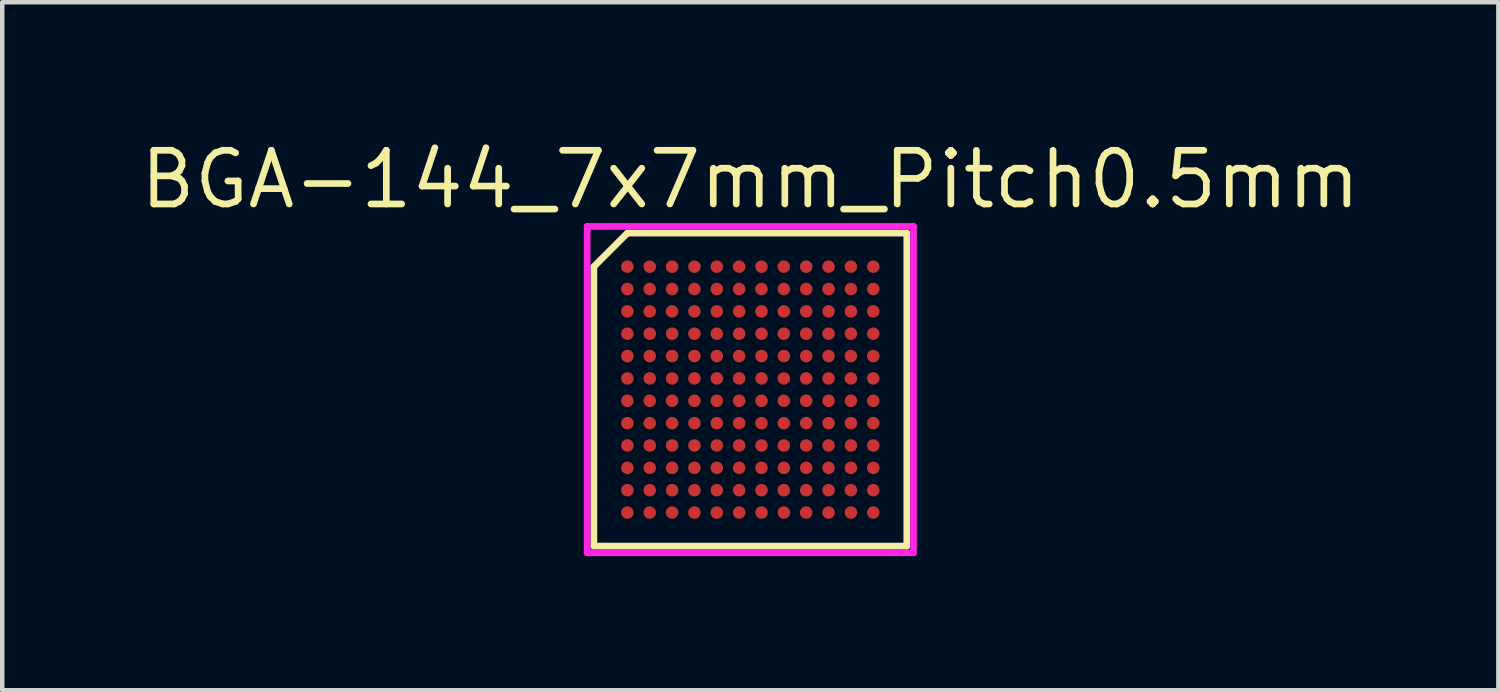
<source format=kicad_pcb>
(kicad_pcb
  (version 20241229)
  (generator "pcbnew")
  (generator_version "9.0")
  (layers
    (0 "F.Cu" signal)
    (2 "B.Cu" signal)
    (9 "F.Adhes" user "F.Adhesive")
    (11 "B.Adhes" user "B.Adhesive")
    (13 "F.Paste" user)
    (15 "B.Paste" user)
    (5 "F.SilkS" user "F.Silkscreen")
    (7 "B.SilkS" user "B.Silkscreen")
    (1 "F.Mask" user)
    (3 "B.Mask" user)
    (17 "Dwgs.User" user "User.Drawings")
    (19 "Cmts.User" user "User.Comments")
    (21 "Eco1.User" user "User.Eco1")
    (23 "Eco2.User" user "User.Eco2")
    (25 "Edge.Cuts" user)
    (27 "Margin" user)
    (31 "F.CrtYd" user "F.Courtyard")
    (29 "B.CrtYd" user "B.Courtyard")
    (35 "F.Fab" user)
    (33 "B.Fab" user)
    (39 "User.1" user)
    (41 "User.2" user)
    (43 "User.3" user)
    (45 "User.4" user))
  (footprint "BGA-144_7x7mm_Pitch0.5mm"
    (layer "F.Cu")
    (at 13.734 5.665)
    (property "Reference" "BGA-144_7x7mm_Pitch0.5mm" (at 0 -4.7 0) (layer "F.SilkS") (effects (font (size 1.2 1.2) (thickness 0.15))))
    (attr through_hole)
    (fp_line (start -3.5 -2.75) (end -3.5 3.5) (stroke (width 0.15) (type solid)) (layer "F.SilkS"))
    (fp_line (start -3.5 3.5) (end 3.5 3.5) (stroke (width 0.15) (type solid)) (layer "F.SilkS"))
    (fp_line (start -2.75 -3.5) (end -3.5 -2.75) (stroke (width 0.15) (type solid)) (layer "F.SilkS"))
    (fp_line (start 3.5 -3.5) (end -2.75 -3.5) (stroke (width 0.15) (type solid)) (layer "F.SilkS"))
    (fp_line (start 3.5 3.5) (end 3.5 -3.5) (stroke (width 0.15) (type solid)) (layer "F.SilkS"))
    (fp_line (start -3.65 -3.65) (end 3.65 -3.65) (stroke (width 0.15) (type solid)) (layer "F.CrtYd"))
    (fp_line (start -3.65 3.65) (end -3.65 -3.65) (stroke (width 0.15) (type solid)) (layer "F.CrtYd"))
    (fp_line (start 3.65 -3.65) (end 3.65 3.65) (stroke (width 0.15) (type solid)) (layer "F.CrtYd"))
    (fp_line (start 3.65 3.65) (end -3.65 3.65) (stroke (width 0.15) (type solid)) (layer "F.CrtYd"))
    (pad "A1" smd circle (at -2.75 -2.75) (size 0.28 0.28) (layers "F.Cu" "F.Mask" "F.Paste"))
    (pad "A2" smd circle (at -2.25 -2.75) (size 0.28 0.28) (layers "F.Cu" "F.Mask" "F.Paste"))
    (pad "A3" smd circle (at -1.75 -2.75) (size 0.28 0.28) (layers "F.Cu" "F.Mask" "F.Paste"))
    (pad "A4" smd circle (at -1.25 -2.75) (size 0.28 0.28) (layers "F.Cu" "F.Mask" "F.Paste"))
    (pad "A5" smd circle (at -0.75 -2.75) (size 0.28 0.28) (layers "F.Cu" "F.Mask" "F.Paste"))
    (pad "A6" smd circle (at -0.25 -2.75) (size 0.28 0.28) (layers "F.Cu" "F.Mask" "F.Paste"))
    (pad "A7" smd circle (at 0.25 -2.75) (size 0.28 0.28) (layers "F.Cu" "F.Mask" "F.Paste"))
    (pad "A8" smd circle (at 0.75 -2.75) (size 0.28 0.28) (layers "F.Cu" "F.Mask" "F.Paste"))
    (pad "A9" smd circle (at 1.25 -2.75) (size 0.28 0.28) (layers "F.Cu" "F.Mask" "F.Paste"))
    (pad "A10" smd circle (at 1.75 -2.75) (size 0.28 0.28) (layers "F.Cu" "F.Mask" "F.Paste"))
    (pad "A11" smd circle (at 2.25 -2.75) (size 0.28 0.28) (layers "F.Cu" "F.Mask" "F.Paste"))
    (pad "A12" smd circle (at 2.75 -2.75) (size 0.28 0.28) (layers "F.Cu" "F.Mask" "F.Paste"))
    (pad "B1" smd circle (at -2.75 -2.25) (size 0.28 0.28) (layers "F.Cu" "F.Mask" "F.Paste"))
    (pad "B2" smd circle (at -2.25 -2.25) (size 0.28 0.28) (layers "F.Cu" "F.Mask" "F.Paste"))
    (pad "B3" smd circle (at -1.75 -2.25) (size 0.28 0.28) (layers "F.Cu" "F.Mask" "F.Paste"))
    (pad "B4" smd circle (at -1.25 -2.25) (size 0.28 0.28) (layers "F.Cu" "F.Mask" "F.Paste"))
    (pad "B5" smd circle (at -0.75 -2.25) (size 0.28 0.28) (layers "F.Cu" "F.Mask" "F.Paste"))
    (pad "B6" smd circle (at -0.25 -2.25) (size 0.28 0.28) (layers "F.Cu" "F.Mask" "F.Paste"))
    (pad "B7" smd circle (at 0.25 -2.25) (size 0.28 0.28) (layers "F.Cu" "F.Mask" "F.Paste"))
    (pad "B8" smd circle (at 0.75 -2.25) (size 0.28 0.28) (layers "F.Cu" "F.Mask" "F.Paste"))
    (pad "B9" smd circle (at 1.25 -2.25) (size 0.28 0.28) (layers "F.Cu" "F.Mask" "F.Paste"))
    (pad "B10" smd circle (at 1.75 -2.25) (size 0.28 0.28) (layers "F.Cu" "F.Mask" "F.Paste"))
    (pad "B11" smd circle (at 2.25 -2.25) (size 0.28 0.28) (layers "F.Cu" "F.Mask" "F.Paste"))
    (pad "B12" smd circle (at 2.75 -2.25) (size 0.28 0.28) (layers "F.Cu" "F.Mask" "F.Paste"))
    (pad "C1" smd circle (at -2.75 -1.75) (size 0.28 0.28) (layers "F.Cu" "F.Mask" "F.Paste"))
    (pad "C2" smd circle (at -2.25 -1.75) (size 0.28 0.28) (layers "F.Cu" "F.Mask" "F.Paste"))
    (pad "C3" smd circle (at -1.75 -1.75) (size 0.28 0.28) (layers "F.Cu" "F.Mask" "F.Paste"))
    (pad "C4" smd circle (at -1.25 -1.75) (size 0.28 0.28) (layers "F.Cu" "F.Mask" "F.Paste"))
    (pad "C5" smd circle (at -0.75 -1.75) (size 0.28 0.28) (layers "F.Cu" "F.Mask" "F.Paste"))
    (pad "C6" smd circle (at -0.25 -1.75) (size 0.28 0.28) (layers "F.Cu" "F.Mask" "F.Paste"))
    (pad "C7" smd circle (at 0.25 -1.75) (size 0.28 0.28) (layers "F.Cu" "F.Mask" "F.Paste"))
    (pad "C8" smd circle (at 0.75 -1.75) (size 0.28 0.28) (layers "F.Cu" "F.Mask" "F.Paste"))
    (pad "C9" smd circle (at 1.25 -1.75) (size 0.28 0.28) (layers "F.Cu" "F.Mask" "F.Paste"))
    (pad "C10" smd circle (at 1.75 -1.75) (size 0.28 0.28) (layers "F.Cu" "F.Mask" "F.Paste"))
    (pad "C11" smd circle (at 2.25 -1.75) (size 0.28 0.28) (layers "F.Cu" "F.Mask" "F.Paste"))
    (pad "C12" smd circle (at 2.75 -1.75) (size 0.28 0.28) (layers "F.Cu" "F.Mask" "F.Paste"))
    (pad "D1" smd circle (at -2.75 -1.25) (size 0.28 0.28) (layers "F.Cu" "F.Mask" "F.Paste"))
    (pad "D2" smd circle (at -2.25 -1.25) (size 0.28 0.28) (layers "F.Cu" "F.Mask" "F.Paste"))
    (pad "D3" smd circle (at -1.75 -1.25) (size 0.28 0.28) (layers "F.Cu" "F.Mask" "F.Paste"))
    (pad "D4" smd circle (at -1.25 -1.25) (size 0.28 0.28) (layers "F.Cu" "F.Mask" "F.Paste"))
    (pad "D5" smd circle (at -0.75 -1.25) (size 0.28 0.28) (layers "F.Cu" "F.Mask" "F.Paste"))
    (pad "D6" smd circle (at -0.25 -1.25) (size 0.28 0.28) (layers "F.Cu" "F.Mask" "F.Paste"))
    (pad "D7" smd circle (at 0.25 -1.25) (size 0.28 0.28) (layers "F.Cu" "F.Mask" "F.Paste"))
    (pad "D8" smd circle (at 0.75 -1.25) (size 0.28 0.28) (layers "F.Cu" "F.Mask" "F.Paste"))
    (pad "D9" smd circle (at 1.25 -1.25) (size 0.28 0.28) (layers "F.Cu" "F.Mask" "F.Paste"))
    (pad "D10" smd circle (at 1.75 -1.25) (size 0.28 0.28) (layers "F.Cu" "F.Mask" "F.Paste"))
    (pad "D11" smd circle (at 2.25 -1.25) (size 0.28 0.28) (layers "F.Cu" "F.Mask" "F.Paste"))
    (pad "D12" smd circle (at 2.75 -1.25) (size 0.28 0.28) (layers "F.Cu" "F.Mask" "F.Paste"))
    (pad "E1" smd circle (at -2.75 -0.75) (size 0.28 0.28) (layers "F.Cu" "F.Mask" "F.Paste"))
    (pad "E2" smd circle (at -2.25 -0.75) (size 0.28 0.28) (layers "F.Cu" "F.Mask" "F.Paste"))
    (pad "E3" smd circle (at -1.75 -0.75) (size 0.28 0.28) (layers "F.Cu" "F.Mask" "F.Paste"))
    (pad "E4" smd circle (at -1.25 -0.75) (size 0.28 0.28) (layers "F.Cu" "F.Mask" "F.Paste"))
    (pad "E5" smd circle (at -0.75 -0.75) (size 0.28 0.28) (layers "F.Cu" "F.Mask" "F.Paste"))
    (pad "E6" smd circle (at -0.25 -0.75) (size 0.28 0.28) (layers "F.Cu" "F.Mask" "F.Paste"))
    (pad "E7" smd circle (at 0.25 -0.75) (size 0.28 0.28) (layers "F.Cu" "F.Mask" "F.Paste"))
    (pad "E8" smd circle (at 0.75 -0.75) (size 0.28 0.28) (layers "F.Cu" "F.Mask" "F.Paste"))
    (pad "E9" smd circle (at 1.25 -0.75) (size 0.28 0.28) (layers "F.Cu" "F.Mask" "F.Paste"))
    (pad "E10" smd circle (at 1.75 -0.75) (size 0.28 0.28) (layers "F.Cu" "F.Mask" "F.Paste"))
    (pad "E11" smd circle (at 2.25 -0.75) (size 0.28 0.28) (layers "F.Cu" "F.Mask" "F.Paste"))
    (pad "E12" smd circle (at 2.75 -0.75) (size 0.28 0.28) (layers "F.Cu" "F.Mask" "F.Paste"))
    (pad "F1" smd circle (at -2.75 -0.25) (size 0.28 0.28) (layers "F.Cu" "F.Mask" "F.Paste"))
    (pad "F2" smd circle (at -2.25 -0.25) (size 0.28 0.28) (layers "F.Cu" "F.Mask" "F.Paste"))
    (pad "F3" smd circle (at -1.75 -0.25) (size 0.28 0.28) (layers "F.Cu" "F.Mask" "F.Paste"))
    (pad "F4" smd circle (at -1.25 -0.25) (size 0.28 0.28) (layers "F.Cu" "F.Mask" "F.Paste"))
    (pad "F5" smd circle (at -0.75 -0.25) (size 0.28 0.28) (layers "F.Cu" "F.Mask" "F.Paste"))
    (pad "F6" smd circle (at -0.25 -0.25) (size 0.28 0.28) (layers "F.Cu" "F.Mask" "F.Paste"))
    (pad "F7" smd circle (at 0.25 -0.25) (size 0.28 0.28) (layers "F.Cu" "F.Mask" "F.Paste"))
    (pad "F8" smd circle (at 0.75 -0.25) (size 0.28 0.28) (layers "F.Cu" "F.Mask" "F.Paste"))
    (pad "F9" smd circle (at 1.25 -0.25) (size 0.28 0.28) (layers "F.Cu" "F.Mask" "F.Paste"))
    (pad "F10" smd circle (at 1.75 -0.25) (size 0.28 0.28) (layers "F.Cu" "F.Mask" "F.Paste"))
    (pad "F11" smd circle (at 2.25 -0.25) (size 0.28 0.28) (layers "F.Cu" "F.Mask" "F.Paste"))
    (pad "F12" smd circle (at 2.75 -0.25) (size 0.28 0.28) (layers "F.Cu" "F.Mask" "F.Paste"))
    (pad "G1" smd circle (at -2.75 0.25) (size 0.28 0.28) (layers "F.Cu" "F.Mask" "F.Paste"))
    (pad "G2" smd circle (at -2.25 0.25) (size 0.28 0.28) (layers "F.Cu" "F.Mask" "F.Paste"))
    (pad "G3" smd circle (at -1.75 0.25) (size 0.28 0.28) (layers "F.Cu" "F.Mask" "F.Paste"))
    (pad "G4" smd circle (at -1.25 0.25) (size 0.28 0.28) (layers "F.Cu" "F.Mask" "F.Paste"))
    (pad "G5" smd circle (at -0.75 0.25) (size 0.28 0.28) (layers "F.Cu" "F.Mask" "F.Paste"))
    (pad "G6" smd circle (at -0.25 0.25) (size 0.28 0.28) (layers "F.Cu" "F.Mask" "F.Paste"))
    (pad "G7" smd circle (at 0.25 0.25) (size 0.28 0.28) (layers "F.Cu" "F.Mask" "F.Paste"))
    (pad "G8" smd circle (at 0.75 0.25) (size 0.28 0.28) (layers "F.Cu" "F.Mask" "F.Paste"))
    (pad "G9" smd circle (at 1.25 0.25) (size 0.28 0.28) (layers "F.Cu" "F.Mask" "F.Paste"))
    (pad "G10" smd circle (at 1.75 0.25) (size 0.28 0.28) (layers "F.Cu" "F.Mask" "F.Paste"))
    (pad "G11" smd circle (at 2.25 0.25) (size 0.28 0.28) (layers "F.Cu" "F.Mask" "F.Paste"))
    (pad "G12" smd circle (at 2.75 0.25) (size 0.28 0.28) (layers "F.Cu" "F.Mask" "F.Paste"))
    (pad "H1" smd circle (at -2.75 0.75) (size 0.28 0.28) (layers "F.Cu" "F.Mask" "F.Paste"))
    (pad "H2" smd circle (at -2.25 0.75) (size 0.28 0.28) (layers "F.Cu" "F.Mask" "F.Paste"))
    (pad "H3" smd circle (at -1.75 0.75) (size 0.28 0.28) (layers "F.Cu" "F.Mask" "F.Paste"))
    (pad "H4" smd circle (at -1.25 0.75) (size 0.28 0.28) (layers "F.Cu" "F.Mask" "F.Paste"))
    (pad "H5" smd circle (at -0.75 0.75) (size 0.28 0.28) (layers "F.Cu" "F.Mask" "F.Paste"))
    (pad "H6" smd circle (at -0.25 0.75) (size 0.28 0.28) (layers "F.Cu" "F.Mask" "F.Paste"))
    (pad "H7" smd circle (at 0.25 0.75) (size 0.28 0.28) (layers "F.Cu" "F.Mask" "F.Paste"))
    (pad "H8" smd circle (at 0.75 0.75) (size 0.28 0.28) (layers "F.Cu" "F.Mask" "F.Paste"))
    (pad "H9" smd circle (at 1.25 0.75) (size 0.28 0.28) (layers "F.Cu" "F.Mask" "F.Paste"))
    (pad "H10" smd circle (at 1.75 0.75) (size 0.28 0.28) (layers "F.Cu" "F.Mask" "F.Paste"))
    (pad "H11" smd circle (at 2.25 0.75) (size 0.28 0.28) (layers "F.Cu" "F.Mask" "F.Paste"))
    (pad "H12" smd circle (at 2.75 0.75) (size 0.28 0.28) (layers "F.Cu" "F.Mask" "F.Paste"))
    (pad "J1" smd circle (at -2.75 1.25) (size 0.28 0.28) (layers "F.Cu" "F.Mask" "F.Paste"))
    (pad "J2" smd circle (at -2.25 1.25) (size 0.28 0.28) (layers "F.Cu" "F.Mask" "F.Paste"))
    (pad "J3" smd circle (at -1.75 1.25) (size 0.28 0.28) (layers "F.Cu" "F.Mask" "F.Paste"))
    (pad "J4" smd circle (at -1.25 1.25) (size 0.28 0.28) (layers "F.Cu" "F.Mask" "F.Paste"))
    (pad "J5" smd circle (at -0.75 1.25) (size 0.28 0.28) (layers "F.Cu" "F.Mask" "F.Paste"))
    (pad "J6" smd circle (at -0.25 1.25) (size 0.28 0.28) (layers "F.Cu" "F.Mask" "F.Paste"))
    (pad "J7" smd circle (at 0.25 1.25) (size 0.28 0.28) (layers "F.Cu" "F.Mask" "F.Paste"))
    (pad "J8" smd circle (at 0.75 1.25) (size 0.28 0.28) (layers "F.Cu" "F.Mask" "F.Paste"))
    (pad "J9" smd circle (at 1.25 1.25) (size 0.28 0.28) (layers "F.Cu" "F.Mask" "F.Paste"))
    (pad "J10" smd circle (at 1.75 1.25) (size 0.28 0.28) (layers "F.Cu" "F.Mask" "F.Paste"))
    (pad "J11" smd circle (at 2.25 1.25) (size 0.28 0.28) (layers "F.Cu" "F.Mask" "F.Paste"))
    (pad "J12" smd circle (at 2.75 1.25) (size 0.28 0.28) (layers "F.Cu" "F.Mask" "F.Paste"))
    (pad "K1" smd circle (at -2.75 1.75) (size 0.28 0.28) (layers "F.Cu" "F.Mask" "F.Paste"))
    (pad "K2" smd circle (at -2.25 1.75) (size 0.28 0.28) (layers "F.Cu" "F.Mask" "F.Paste"))
    (pad "K3" smd circle (at -1.75 1.75) (size 0.28 0.28) (layers "F.Cu" "F.Mask" "F.Paste"))
    (pad "K4" smd circle (at -1.25 1.75) (size 0.28 0.28) (layers "F.Cu" "F.Mask" "F.Paste"))
    (pad "K5" smd circle (at -0.75 1.75) (size 0.28 0.28) (layers "F.Cu" "F.Mask" "F.Paste"))
    (pad "K6" smd circle (at -0.25 1.75) (size 0.28 0.28) (layers "F.Cu" "F.Mask" "F.Paste"))
    (pad "K7" smd circle (at 0.25 1.75) (size 0.28 0.28) (layers "F.Cu" "F.Mask" "F.Paste"))
    (pad "K8" smd circle (at 0.75 1.75) (size 0.28 0.28) (layers "F.Cu" "F.Mask" "F.Paste"))
    (pad "K9" smd circle (at 1.25 1.75) (size 0.28 0.28) (layers "F.Cu" "F.Mask" "F.Paste"))
    (pad "K10" smd circle (at 1.75 1.75) (size 0.28 0.28) (layers "F.Cu" "F.Mask" "F.Paste"))
    (pad "K11" smd circle (at 2.25 1.75) (size 0.28 0.28) (layers "F.Cu" "F.Mask" "F.Paste"))
    (pad "K12" smd circle (at 2.75 1.75) (size 0.28 0.28) (layers "F.Cu" "F.Mask" "F.Paste"))
    (pad "L1" smd circle (at -2.75 2.25) (size 0.28 0.28) (layers "F.Cu" "F.Mask" "F.Paste"))
    (pad "L2" smd circle (at -2.25 2.25) (size 0.28 0.28) (layers "F.Cu" "F.Mask" "F.Paste"))
    (pad "L3" smd circle (at -1.75 2.25) (size 0.28 0.28) (layers "F.Cu" "F.Mask" "F.Paste"))
    (pad "L4" smd circle (at -1.25 2.25) (size 0.28 0.28) (layers "F.Cu" "F.Mask" "F.Paste"))
    (pad "L5" smd circle (at -0.75 2.25) (size 0.28 0.28) (layers "F.Cu" "F.Mask" "F.Paste"))
    (pad "L6" smd circle (at -0.25 2.25) (size 0.28 0.28) (layers "F.Cu" "F.Mask" "F.Paste"))
    (pad "L7" smd circle (at 0.25 2.25) (size 0.28 0.28) (layers "F.Cu" "F.Mask" "F.Paste"))
    (pad "L8" smd circle (at 0.75 2.25) (size 0.28 0.28) (layers "F.Cu" "F.Mask" "F.Paste"))
    (pad "L9" smd circle (at 1.25 2.25) (size 0.28 0.28) (layers "F.Cu" "F.Mask" "F.Paste"))
    (pad "L10" smd circle (at 1.75 2.25) (size 0.28 0.28) (layers "F.Cu" "F.Mask" "F.Paste"))
    (pad "L11" smd circle (at 2.25 2.25) (size 0.28 0.28) (layers "F.Cu" "F.Mask" "F.Paste"))
    (pad "L12" smd circle (at 2.75 2.25) (size 0.28 0.28) (layers "F.Cu" "F.Mask" "F.Paste"))
    (pad "M1" smd circle (at -2.75 2.75) (size 0.28 0.28) (layers "F.Cu" "F.Mask" "F.Paste"))
    (pad "M2" smd circle (at -2.25 2.75) (size 0.28 0.28) (layers "F.Cu" "F.Mask" "F.Paste"))
    (pad "M3" smd circle (at -1.75 2.75) (size 0.28 0.28) (layers "F.Cu" "F.Mask" "F.Paste"))
    (pad "M4" smd circle (at -1.25 2.75) (size 0.28 0.28) (layers "F.Cu" "F.Mask" "F.Paste"))
    (pad "M5" smd circle (at -0.75 2.75) (size 0.28 0.28) (layers "F.Cu" "F.Mask" "F.Paste"))
    (pad "M6" smd circle (at -0.25 2.75) (size 0.28 0.28) (layers "F.Cu" "F.Mask" "F.Paste"))
    (pad "M7" smd circle (at 0.25 2.75) (size 0.28 0.28) (layers "F.Cu" "F.Mask" "F.Paste"))
    (pad "M8" smd circle (at 0.75 2.75) (size 0.28 0.28) (layers "F.Cu" "F.Mask" "F.Paste"))
    (pad "M9" smd circle (at 1.25 2.75) (size 0.28 0.28) (layers "F.Cu" "F.Mask" "F.Paste"))
    (pad "M10" smd circle (at 1.75 2.75) (size 0.28 0.28) (layers "F.Cu" "F.Mask" "F.Paste"))
    (pad "M11" smd circle (at 2.25 2.75) (size 0.28 0.28) (layers "F.Cu" "F.Mask" "F.Paste"))
    (pad "M12" smd circle (at 2.75 2.75) (size 0.28 0.28) (layers "F.Cu" "F.Mask" "F.Paste")))
  (gr_rect
    (start -3 -3)
    (end 30.467 12.39)
    (stroke (width 0.1) (type default))
    (fill no)
    (layer "Edge.Cuts")))
</source>
